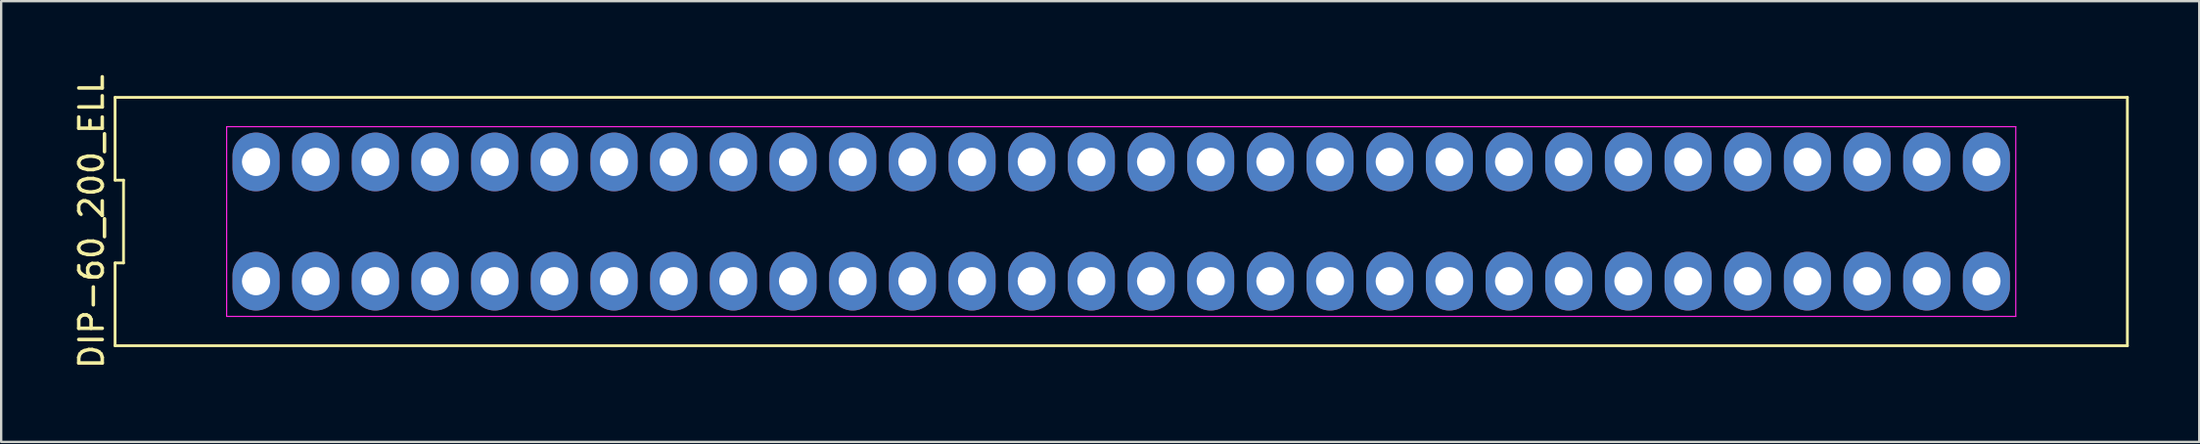
<source format=kicad_pcb>
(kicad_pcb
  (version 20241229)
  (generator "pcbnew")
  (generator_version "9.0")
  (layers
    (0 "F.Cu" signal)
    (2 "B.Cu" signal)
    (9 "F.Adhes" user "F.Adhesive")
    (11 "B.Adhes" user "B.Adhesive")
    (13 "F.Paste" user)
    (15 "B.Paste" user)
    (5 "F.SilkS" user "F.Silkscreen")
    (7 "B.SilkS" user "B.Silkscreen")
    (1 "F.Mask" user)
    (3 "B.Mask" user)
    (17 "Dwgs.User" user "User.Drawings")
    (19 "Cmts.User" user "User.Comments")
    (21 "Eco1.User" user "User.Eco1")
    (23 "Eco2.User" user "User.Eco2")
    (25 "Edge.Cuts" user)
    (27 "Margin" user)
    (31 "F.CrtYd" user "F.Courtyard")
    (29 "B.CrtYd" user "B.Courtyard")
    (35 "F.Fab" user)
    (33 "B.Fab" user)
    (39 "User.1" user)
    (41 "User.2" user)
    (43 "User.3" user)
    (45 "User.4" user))
  (footprint "DIP-60_200_ELL"
    (layer "F.Cu")
    (at 44.678 6.387)
    (property "Reference" "DIP-60_200_ELL" (at -43.83 0 90) (unlocked yes) (layer "F.SilkS") (effects (font (size 1 1) (thickness 0.15))))
    (attr through_hole)
    (fp_line (start -42.83 -5.29) (end -42.83 -1.763) (stroke (width 0.12) (type default)) (layer "F.SilkS"))
    (fp_line (start -42.83 -1.763) (end -42.47 -1.763) (stroke (width 0.12) (type default)) (layer "F.SilkS"))
    (fp_line (start -42.83 1.763) (end -42.83 5.29) (stroke (width 0.12) (type default)) (layer "F.SilkS"))
    (fp_line (start -42.83 5.29) (end 42.83 5.29) (stroke (width 0.12) (type default)) (layer "F.SilkS"))
    (fp_line (start -42.47 -1.763) (end -42.47 1.763) (stroke (width 0.12) (type default)) (layer "F.SilkS"))
    (fp_line (start -42.47 1.763) (end -42.83 1.763) (stroke (width 0.12) (type default)) (layer "F.SilkS"))
    (fp_line (start 42.83 -5.29) (end -42.83 -5.29) (stroke (width 0.12) (type default)) (layer "F.SilkS"))
    (fp_line (start 42.83 5.29) (end 42.83 -5.29) (stroke (width 0.12) (type default)) (layer "F.SilkS"))
    (fp_line (start -38.08 -4.04) (end 38.08 -4.04) (stroke (width 0.05) (type default)) (layer "F.CrtYd"))
    (fp_line (start -38.08 4.04) (end -38.08 -4.04) (stroke (width 0.05) (type default)) (layer "F.CrtYd"))
    (fp_line (start 38.08 -4.04) (end 38.08 4.04) (stroke (width 0.05) (type default)) (layer "F.CrtYd"))
    (fp_line (start 38.08 4.04) (end -38.08 4.04) (stroke (width 0.05) (type default)) (layer "F.CrtYd"))
    (pad "1" thru_hole oval (at -36.83 2.54) (size 2 2.5) (drill 1.2) (layers "*.Cu" "*.Mask"))
    (pad "2" thru_hole oval (at -34.29 2.54) (size 2 2.5) (drill 1.2) (layers "*.Cu" "*.Mask"))
    (pad "3" thru_hole oval (at -31.75 2.54) (size 2 2.5) (drill 1.2) (layers "*.Cu" "*.Mask"))
    (pad "4" thru_hole oval (at -29.21 2.54) (size 2 2.5) (drill 1.2) (layers "*.Cu" "*.Mask"))
    (pad "5" thru_hole oval (at -26.67 2.54) (size 2 2.5) (drill 1.2) (layers "*.Cu" "*.Mask"))
    (pad "6" thru_hole oval (at -24.13 2.54) (size 2 2.5) (drill 1.2) (layers "*.Cu" "*.Mask"))
    (pad "7" thru_hole oval (at -21.59 2.54) (size 2 2.5) (drill 1.2) (layers "*.Cu" "*.Mask"))
    (pad "8" thru_hole oval (at -19.05 2.54) (size 2 2.5) (drill 1.2) (layers "*.Cu" "*.Mask"))
    (pad "9" thru_hole oval (at -16.51 2.54) (size 2 2.5) (drill 1.2) (layers "*.Cu" "*.Mask"))
    (pad "10" thru_hole oval (at -13.97 2.54) (size 2 2.5) (drill 1.2) (layers "*.Cu" "*.Mask"))
    (pad "11" thru_hole oval (at -11.43 2.54) (size 2 2.5) (drill 1.2) (layers "*.Cu" "*.Mask"))
    (pad "12" thru_hole oval (at -8.89 2.54) (size 2 2.5) (drill 1.2) (layers "*.Cu" "*.Mask"))
    (pad "13" thru_hole oval (at -6.35 2.54) (size 2 2.5) (drill 1.2) (layers "*.Cu" "*.Mask"))
    (pad "14" thru_hole oval (at -3.81 2.54) (size 2 2.5) (drill 1.2) (layers "*.Cu" "*.Mask"))
    (pad "15" thru_hole oval (at -1.27 2.54) (size 2 2.5) (drill 1.2) (layers "*.Cu" "*.Mask"))
    (pad "16" thru_hole oval (at 1.27 2.54) (size 2 2.5) (drill 1.2) (layers "*.Cu" "*.Mask"))
    (pad "17" thru_hole oval (at 3.81 2.54) (size 2 2.5) (drill 1.2) (layers "*.Cu" "*.Mask"))
    (pad "18" thru_hole oval (at 6.35 2.54) (size 2 2.5) (drill 1.2) (layers "*.Cu" "*.Mask"))
    (pad "19" thru_hole oval (at 8.89 2.54) (size 2 2.5) (drill 1.2) (layers "*.Cu" "*.Mask"))
    (pad "20" thru_hole oval (at 11.43 2.54) (size 2 2.5) (drill 1.2) (layers "*.Cu" "*.Mask"))
    (pad "21" thru_hole oval (at 13.97 2.54) (size 2 2.5) (drill 1.2) (layers "*.Cu" "*.Mask"))
    (pad "22" thru_hole oval (at 16.51 2.54) (size 2 2.5) (drill 1.2) (layers "*.Cu" "*.Mask"))
    (pad "23" thru_hole oval (at 19.05 2.54) (size 2 2.5) (drill 1.2) (layers "*.Cu" "*.Mask"))
    (pad "24" thru_hole oval (at 21.59 2.54) (size 2 2.5) (drill 1.2) (layers "*.Cu" "*.Mask"))
    (pad "25" thru_hole oval (at 24.13 2.54) (size 2 2.5) (drill 1.2) (layers "*.Cu" "*.Mask"))
    (pad "26" thru_hole oval (at 26.67 2.54) (size 2 2.5) (drill 1.2) (layers "*.Cu" "*.Mask"))
    (pad "27" thru_hole oval (at 29.21 2.54) (size 2 2.5) (drill 1.2) (layers "*.Cu" "*.Mask"))
    (pad "28" thru_hole oval (at 31.75 2.54) (size 2 2.5) (drill 1.2) (layers "*.Cu" "*.Mask"))
    (pad "29" thru_hole oval (at 34.29 2.54) (size 2 2.5) (drill 1.2) (layers "*.Cu" "*.Mask"))
    (pad "30" thru_hole oval (at 36.83 2.54) (size 2 2.5) (drill 1.2) (layers "*.Cu" "*.Mask"))
    (pad "31" thru_hole oval (at 36.83 -2.54) (size 2 2.5) (drill 1.2) (layers "*.Cu" "*.Mask"))
    (pad "32" thru_hole oval (at 34.29 -2.54) (size 2 2.5) (drill 1.2) (layers "*.Cu" "*.Mask"))
    (pad "33" thru_hole oval (at 31.75 -2.54) (size 2 2.5) (drill 1.2) (layers "*.Cu" "*.Mask"))
    (pad "34" thru_hole oval (at 29.21 -2.54) (size 2 2.5) (drill 1.2) (layers "*.Cu" "*.Mask"))
    (pad "35" thru_hole oval (at 26.67 -2.54) (size 2 2.5) (drill 1.2) (layers "*.Cu" "*.Mask"))
    (pad "36" thru_hole oval (at 24.13 -2.54) (size 2 2.5) (drill 1.2) (layers "*.Cu" "*.Mask"))
    (pad "37" thru_hole oval (at 21.59 -2.54) (size 2 2.5) (drill 1.2) (layers "*.Cu" "*.Mask"))
    (pad "38" thru_hole oval (at 19.05 -2.54) (size 2 2.5) (drill 1.2) (layers "*.Cu" "*.Mask"))
    (pad "39" thru_hole oval (at 16.51 -2.54) (size 2 2.5) (drill 1.2) (layers "*.Cu" "*.Mask"))
    (pad "40" thru_hole oval (at 13.97 -2.54) (size 2 2.5) (drill 1.2) (layers "*.Cu" "*.Mask"))
    (pad "41" thru_hole oval (at 11.43 -2.54) (size 2 2.5) (drill 1.2) (layers "*.Cu" "*.Mask"))
    (pad "42" thru_hole oval (at 8.89 -2.54) (size 2 2.5) (drill 1.2) (layers "*.Cu" "*.Mask"))
    (pad "43" thru_hole oval (at 6.35 -2.54) (size 2 2.5) (drill 1.2) (layers "*.Cu" "*.Mask"))
    (pad "44" thru_hole oval (at 3.81 -2.54) (size 2 2.5) (drill 1.2) (layers "*.Cu" "*.Mask"))
    (pad "45" thru_hole oval (at 1.27 -2.54) (size 2 2.5) (drill 1.2) (layers "*.Cu" "*.Mask"))
    (pad "46" thru_hole oval (at -1.27 -2.54) (size 2 2.5) (drill 1.2) (layers "*.Cu" "*.Mask"))
    (pad "47" thru_hole oval (at -3.81 -2.54) (size 2 2.5) (drill 1.2) (layers "*.Cu" "*.Mask"))
    (pad "48" thru_hole oval (at -6.35 -2.54) (size 2 2.5) (drill 1.2) (layers "*.Cu" "*.Mask"))
    (pad "49" thru_hole oval (at -8.89 -2.54) (size 2 2.5) (drill 1.2) (layers "*.Cu" "*.Mask"))
    (pad "50" thru_hole oval (at -11.43 -2.54) (size 2 2.5) (drill 1.2) (layers "*.Cu" "*.Mask"))
    (pad "51" thru_hole oval (at -13.97 -2.54) (size 2 2.5) (drill 1.2) (layers "*.Cu" "*.Mask"))
    (pad "52" thru_hole oval (at -16.51 -2.54) (size 2 2.5) (drill 1.2) (layers "*.Cu" "*.Mask"))
    (pad "53" thru_hole oval (at -19.05 -2.54) (size 2 2.5) (drill 1.2) (layers "*.Cu" "*.Mask"))
    (pad "54" thru_hole oval (at -21.59 -2.54) (size 2 2.5) (drill 1.2) (layers "*.Cu" "*.Mask"))
    (pad "55" thru_hole oval (at -24.13 -2.54) (size 2 2.5) (drill 1.2) (layers "*.Cu" "*.Mask"))
    (pad "56" thru_hole oval (at -26.67 -2.54) (size 2 2.5) (drill 1.2) (layers "*.Cu" "*.Mask"))
    (pad "57" thru_hole oval (at -29.21 -2.54) (size 2 2.5) (drill 1.2) (layers "*.Cu" "*.Mask"))
    (pad "58" thru_hole oval (at -31.75 -2.54) (size 2 2.5) (drill 1.2) (layers "*.Cu" "*.Mask"))
    (pad "59" thru_hole oval (at -34.29 -2.54) (size 2 2.5) (drill 1.2) (layers "*.Cu" "*.Mask"))
    (pad "60" thru_hole oval (at -36.83 -2.54) (size 2 2.5) (drill 1.2) (layers "*.Cu" "*.Mask")))
  (gr_rect
    (start -3 -3)
    (end 90.568 15.774)
    (stroke (width 0.1) (type default))
    (fill no)
    (layer "Edge.Cuts")))
</source>
